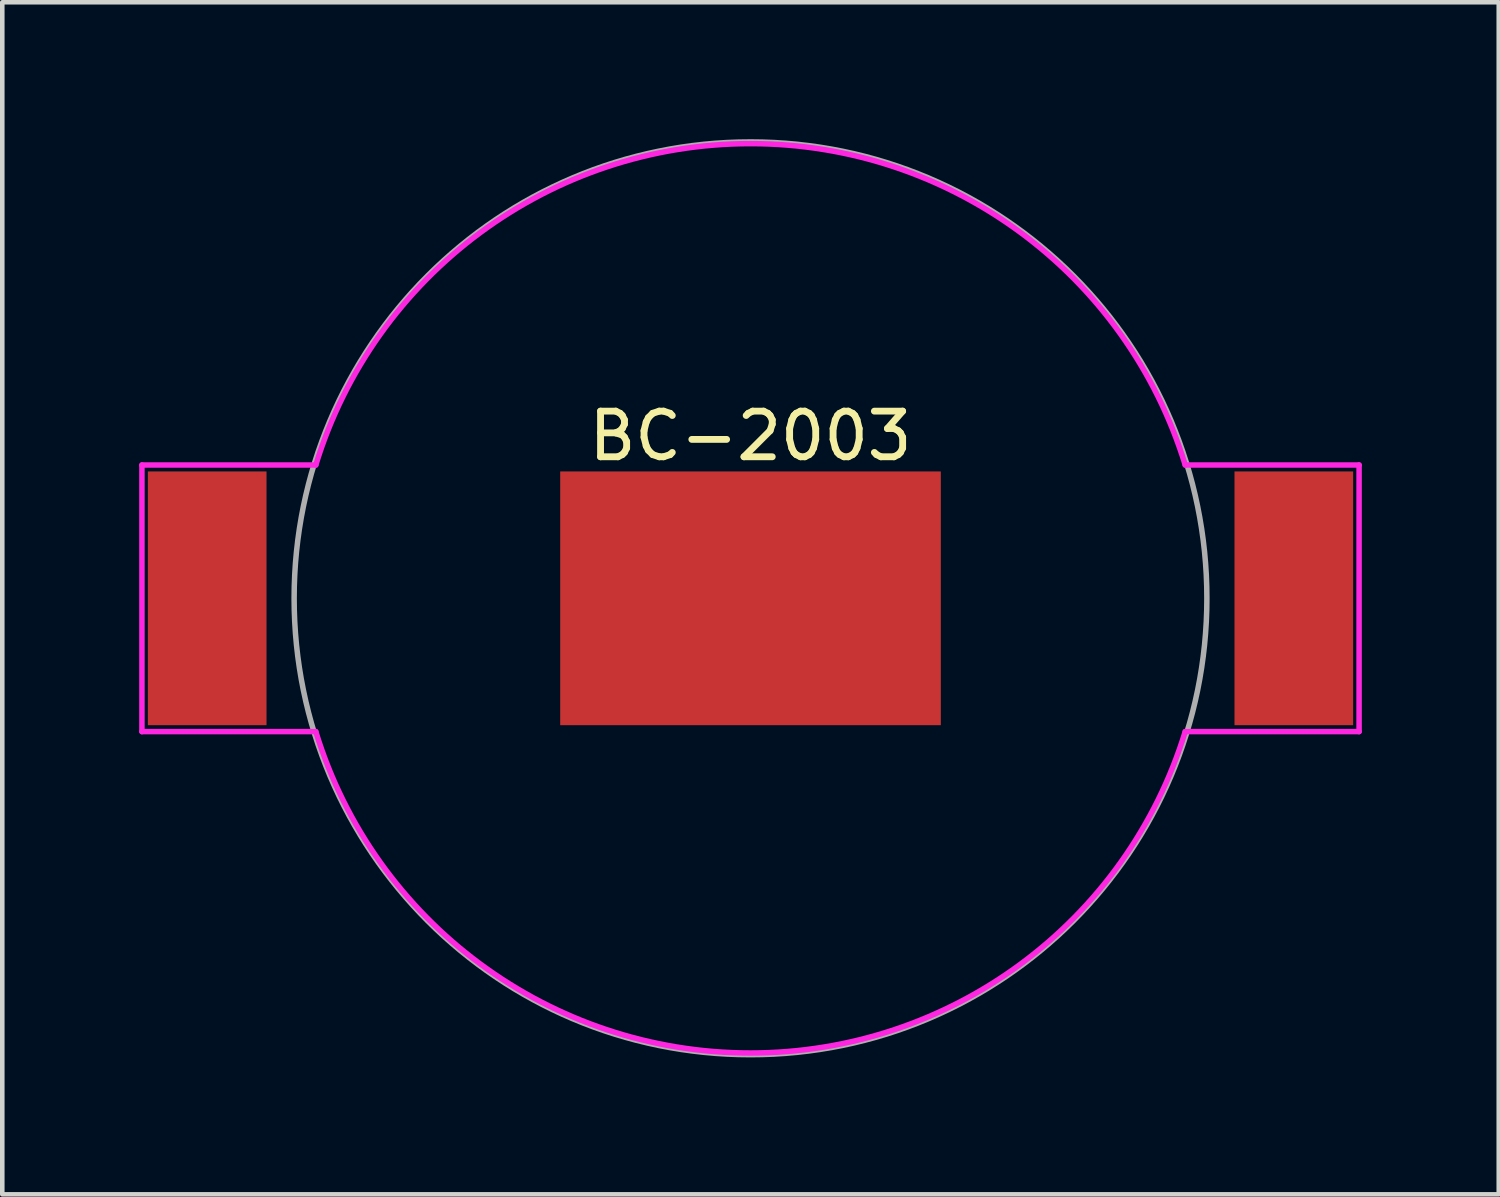
<source format=kicad_pcb>
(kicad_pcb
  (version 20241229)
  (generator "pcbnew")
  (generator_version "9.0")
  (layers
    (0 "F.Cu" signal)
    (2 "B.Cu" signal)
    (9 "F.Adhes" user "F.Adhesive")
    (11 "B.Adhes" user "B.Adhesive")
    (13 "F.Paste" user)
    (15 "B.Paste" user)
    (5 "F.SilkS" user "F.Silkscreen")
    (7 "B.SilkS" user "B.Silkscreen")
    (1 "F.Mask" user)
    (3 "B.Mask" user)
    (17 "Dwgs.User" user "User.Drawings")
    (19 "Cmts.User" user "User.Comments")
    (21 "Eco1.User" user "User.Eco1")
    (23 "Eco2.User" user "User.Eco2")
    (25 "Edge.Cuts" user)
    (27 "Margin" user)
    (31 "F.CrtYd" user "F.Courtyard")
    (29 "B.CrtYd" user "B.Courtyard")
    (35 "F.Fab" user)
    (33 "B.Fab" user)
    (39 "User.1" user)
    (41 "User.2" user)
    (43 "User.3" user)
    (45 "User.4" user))
  (footprint "BC-2003"
    (layer "F.Cu")
    (at 13.395 10.06)
    (property "Reference" "BC-2003" (at 0 -3.556 0) (layer "F.SilkS") (effects (font (size 1 1) (thickness 0.15))))
    (attr through_hole)
    (fp_line (start -13.335 -2.921) (end -9.525 -2.921) (stroke (width 0.12) (type solid)) (layer "F.CrtYd"))
    (fp_line (start -13.335 2.921) (end -13.335 -2.921) (stroke (width 0.12) (type solid)) (layer "F.CrtYd"))
    (fp_line (start -13.335 2.921) (end -9.525 2.921) (stroke (width 0.12) (type solid)) (layer "F.CrtYd"))
    (fp_line (start 13.335 -2.921) (end 9.525 -2.921) (stroke (width 0.12) (type solid)) (layer "F.CrtYd"))
    (fp_line (start 13.335 2.921) (end 9.525 2.921) (stroke (width 0.12) (type solid)) (layer "F.CrtYd"))
    (fp_line (start 13.335 2.921) (end 13.335 -2.921) (stroke (width 0.12) (type solid)) (layer "F.CrtYd"))
    (fp_arc (start -9.524999 -2.921) (mid 0 -9.962823) (end 9.524999 -2.920999) (stroke (width 0.12) (type solid)) (layer "F.CrtYd"))
    (fp_arc (start 9.524997 2.921) (mid -0.000001 9.962821) (end -9.524998 2.920998) (stroke (width 0.12) (type solid)) (layer "F.CrtYd"))
    (fp_circle (center 0 0) (end 10 0) (stroke (width 0.12) (type solid)) (fill no) (layer "F.Fab"))
    (pad "1" smd rect (at -11.905 0) (size 2.6 5.56) (layers "F.Cu" "F.Mask" "F.Paste"))
    (pad "1" smd rect (at 11.905 0) (size 2.6 5.56) (layers "F.Cu" "F.Mask" "F.Paste"))
    (pad "2" smd rect (at 0 0) (size 8.34 5.56) (layers "F.Cu" "F.Mask" "F.Paste")))
  (gr_rect
    (start -3 -3)
    (end 29.79 23.12)
    (stroke (width 0.1) (type default))
    (fill no)
    (layer "Edge.Cuts")))
</source>
